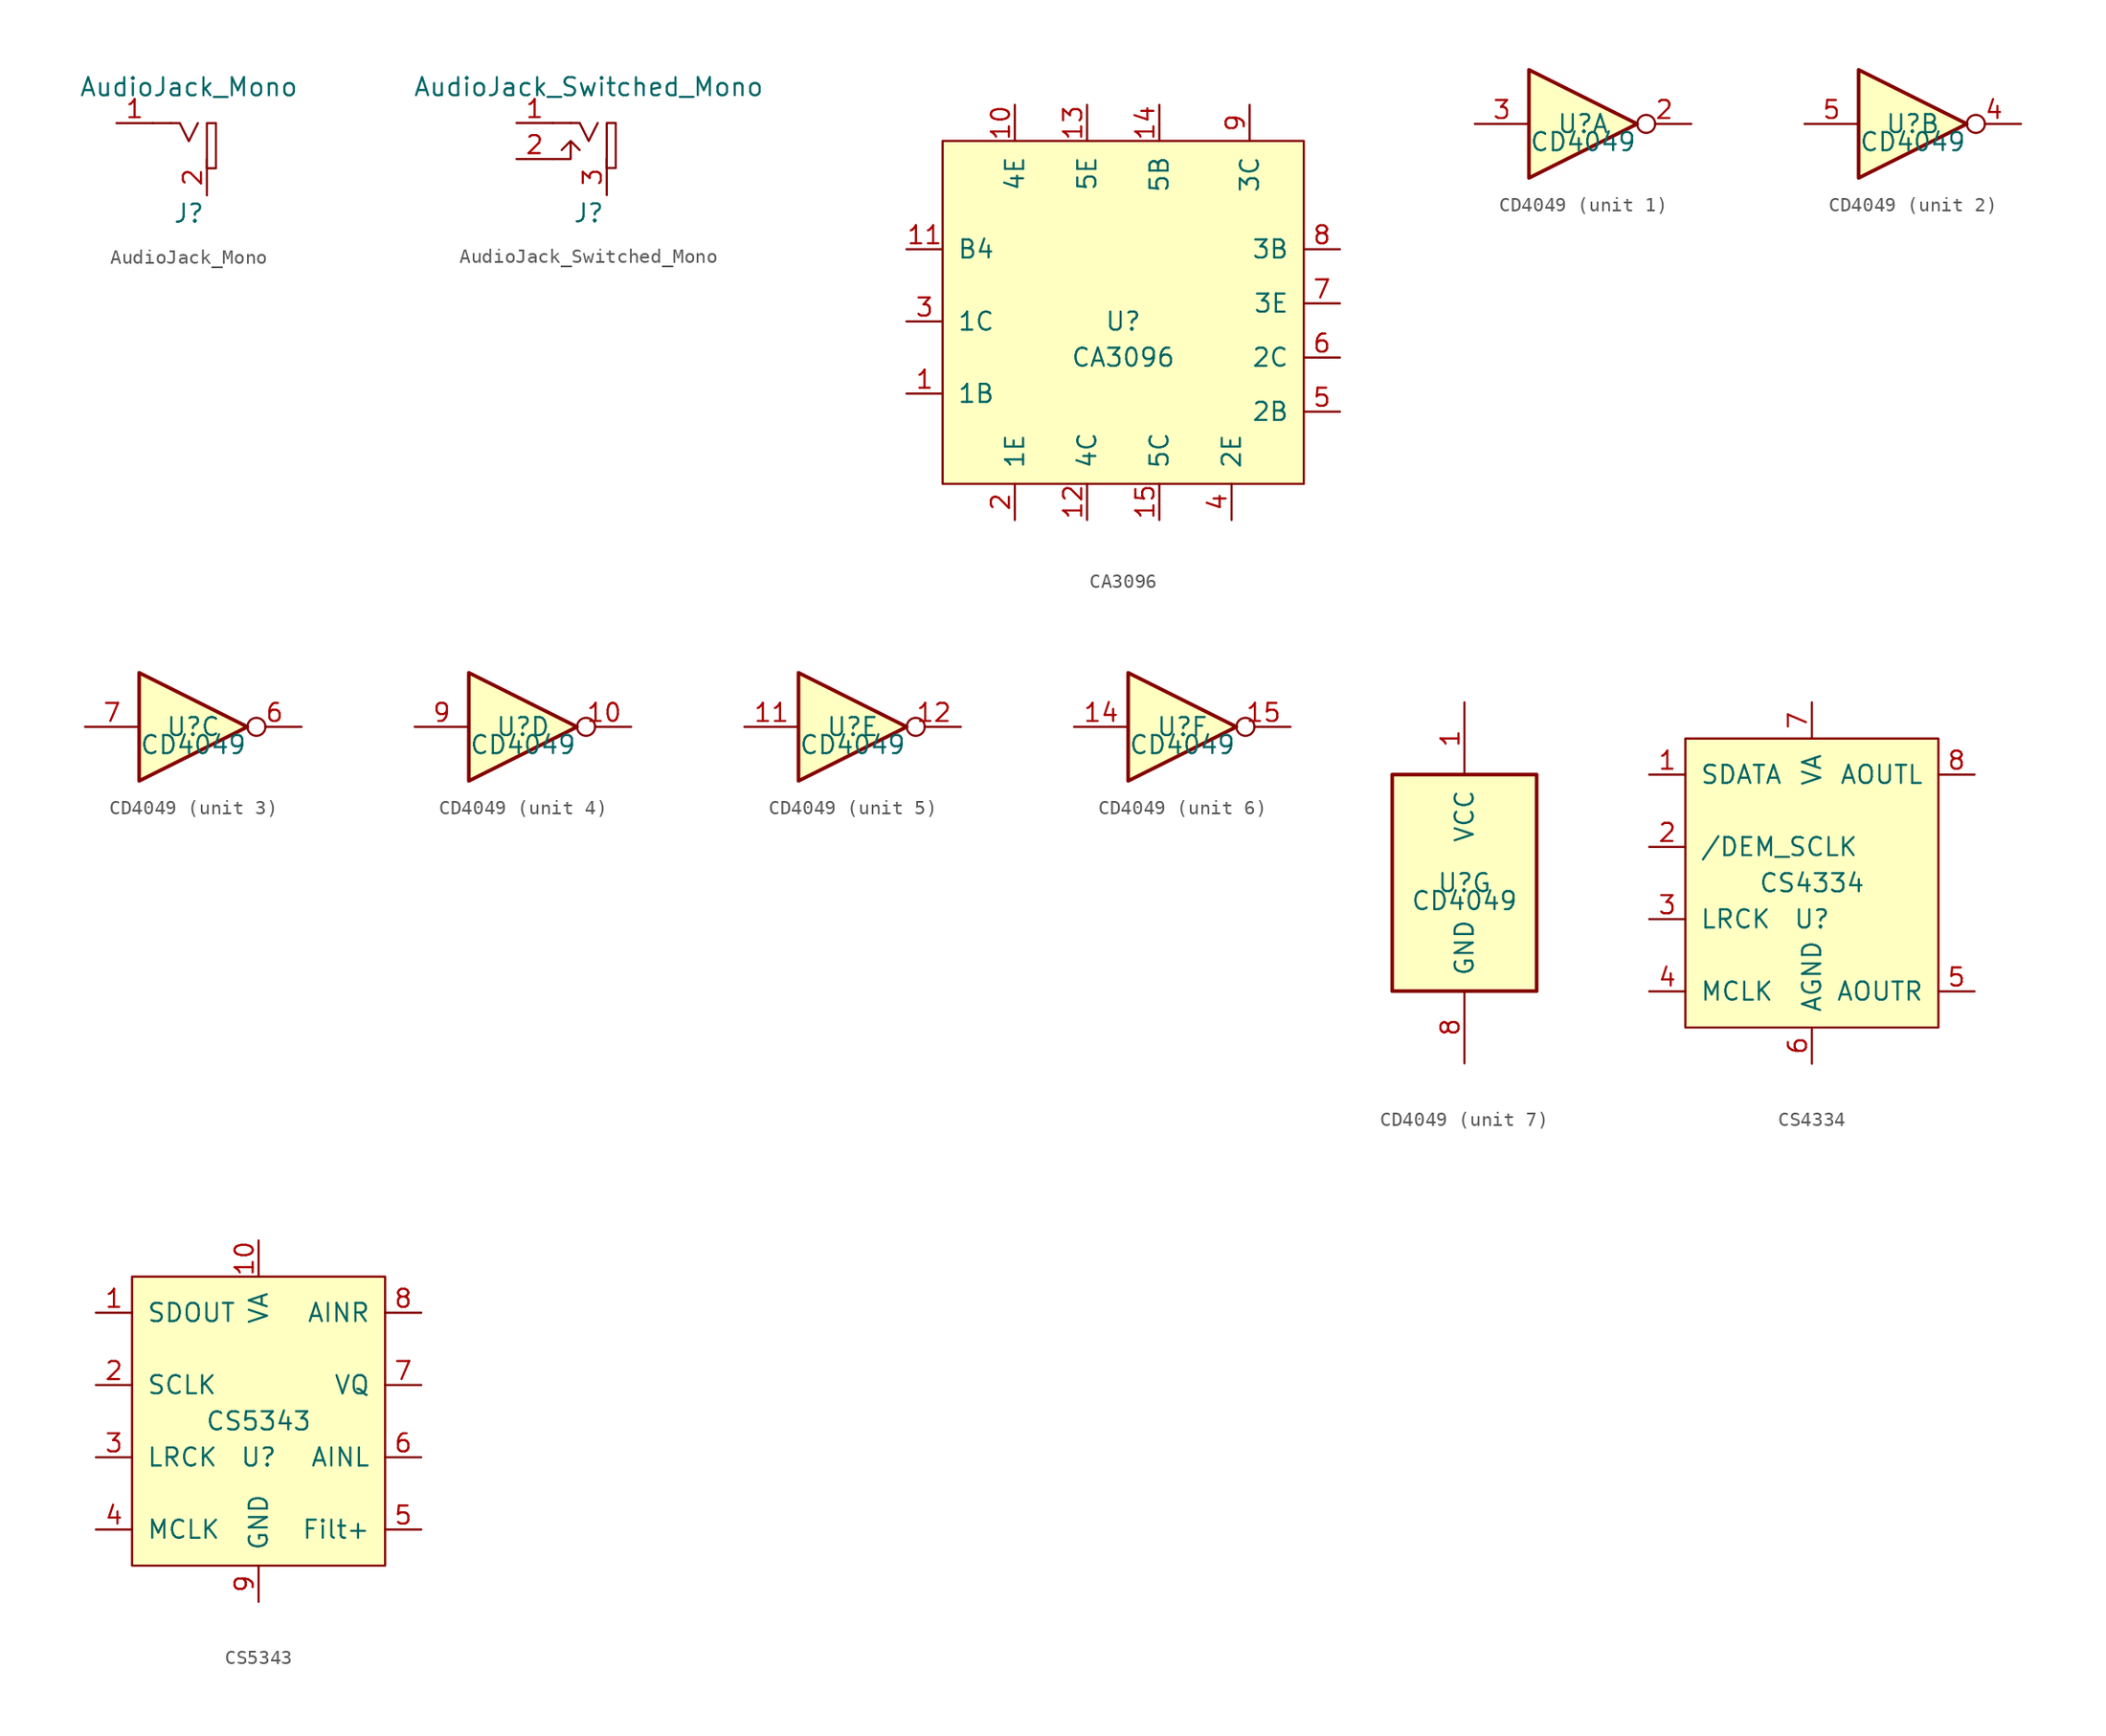
<source format=kicad_sym>
(kicad_symbol_lib
  (version 20220914)
  (generator kicad_symbol_editor)
  (symbol "AudioJack_Mono"
    (pin_names
      (offset 1.016))
    (property "Reference" "J"
      (at 0 0 0)
      (effects (font (size 1.27 1.27))))
    (property "Value" "AudioJack_Mono"
      (at 0 8.89 0)
      (effects (font (size 1.27 1.27))))
    (symbol "AudioJack_Mono_0_1"
      (polyline (pts (xy -1.27 6.35) (xy -2.54 6.35)) (stroke (width 0) (type solid)) (fill (type none)))
      (polyline (pts (xy 0.635 6.35) (xy 0 5.08) (xy -0.635 6.35) (xy -1.27 6.35)) (stroke (width 0) (type solid)) (fill (type none)))
      (rectangle (start 1.27 6.35) (end 1.905 3.175) (stroke (width 0) (type solid)) (fill (type none))))
    (symbol "AudioJack_Mono_1_1"
      (pin input line (at -5.08 6.35 0) (length 2.54) (name "~" (effects (font (size 1.27 1.27)))) (number "1" (effects (font (size 1.27 1.27)))))
      (pin input line (at 1.27 1.27 90) (length 2.54) (name "~" (effects (font (size 1.27 1.27)))) (number "2" (effects (font (size 1.27 1.27)))))))
  (symbol "AudioJack_Switched_Mono"
    (pin_names
      (offset 1.016))
    (property "Reference" "J"
      (at 0 0 0)
      (effects (font (size 1.27 1.27))))
    (property "Value" "AudioJack_Switched_Mono"
      (at 0 8.89 0)
      (effects (font (size 1.27 1.27))))
    (symbol "AudioJack_Switched_Mono_0_1"
      (polyline (pts (xy -1.27 6.35) (xy -2.54 6.35)) (stroke (width 0) (type solid)) (fill (type none)))
      (polyline (pts (xy 0.635 6.35) (xy 0 5.08) (xy -0.635 6.35) (xy -1.27 6.35)) (stroke (width 0) (type solid)) (fill (type none)))
      (polyline (pts (xy -1.27 5.08) (xy -1.905 4.445) (xy -1.27 5.08) (xy -0.635 4.445) (xy -1.27 5.08) (xy -1.27 3.81) (xy -2.54 3.81)) (stroke (width 0) (type solid)) (fill (type none)))
      (rectangle (start 1.27 6.35) (end 1.905 3.175) (stroke (width 0) (type solid)) (fill (type none))))
    (symbol "AudioJack_Switched_Mono_1_1"
      (pin input line (at -5.08 6.35 0) (length 2.54) (name "~" (effects (font (size 1.27 1.27)))) (number "1" (effects (font (size 1.27 1.27)))))
      (pin input line (at -5.08 3.81 0) (length 2.54) (name "~" (effects (font (size 1.27 1.27)))) (number "2" (effects (font (size 1.27 1.27)))))
      (pin input line (at 1.27 1.27 90) (length 2.54) (name "~" (effects (font (size 1.27 1.27)))) (number "3" (effects (font (size 1.27 1.27)))))))
  (symbol "CA3096"
    (pin_names
      (offset 1.016))
    (property "Reference" "U"
      (at 0 0 0)
      (effects (font (size 1.27 1.27))))
    (property "Value" "CA3096"
      (at 0 -2.54 0)
      (effects (font (size 1.27 1.27))))
    (symbol "CA3096_0_1"
      (rectangle (start -12.7 12.7) (end 12.7 -11.43) (stroke (width 0) (type solid)) (fill (type background))))
    (symbol "CA3096_1_1"
      (pin input line (at -15.24 -5.08 0) (length 2.54) (name "1B" (effects (font (size 1.27 1.27)))) (number "1" (effects (font (size 1.27 1.27)))))
      (pin input line (at -7.62 15.24 270) (length 2.54) (name "4E" (effects (font (size 1.27 1.27)))) (number "10" (effects (font (size 1.27 1.27)))))
      (pin input line (at -15.24 5.08 0) (length 2.54) (name "B4" (effects (font (size 1.27 1.27)))) (number "11" (effects (font (size 1.27 1.27)))))
      (pin input line (at -2.54 -13.97 90) (length 2.54) (name "4C" (effects (font (size 1.27 1.27)))) (number "12" (effects (font (size 1.27 1.27)))))
      (pin input line (at -2.54 15.24 270) (length 2.54) (name "5E" (effects (font (size 1.27 1.27)))) (number "13" (effects (font (size 1.27 1.27)))))
      (pin input line (at 2.54 15.24 270) (length 2.54) (name "5B" (effects (font (size 1.27 1.27)))) (number "14" (effects (font (size 1.27 1.27)))))
      (pin input line (at 2.54 -13.97 90) (length 2.54) (name "5C" (effects (font (size 1.27 1.27)))) (number "15" (effects (font (size 1.27 1.27)))))
      (pin input line (at -7.62 -13.97 90) (length 2.54) (name "1E" (effects (font (size 1.27 1.27)))) (number "2" (effects (font (size 1.27 1.27)))))
      (pin input line (at -15.24 0 0) (length 2.54) (name "1C" (effects (font (size 1.27 1.27)))) (number "3" (effects (font (size 1.27 1.27)))))
      (pin input line (at 7.62 -13.97 90) (length 2.54) (name "2E" (effects (font (size 1.27 1.27)))) (number "4" (effects (font (size 1.27 1.27)))))
      (pin input line (at 15.24 -6.35 180) (length 2.54) (name "2B" (effects (font (size 1.27 1.27)))) (number "5" (effects (font (size 1.27 1.27)))))
      (pin input line (at 15.24 -2.54 180) (length 2.54) (name "2C" (effects (font (size 1.27 1.27)))) (number "6" (effects (font (size 1.27 1.27)))))
      (pin input line (at 15.24 1.27 180) (length 2.54) (name "3E" (effects (font (size 1.27 1.27)))) (number "7" (effects (font (size 1.27 1.27)))))
      (pin input line (at 15.24 5.08 180) (length 2.54) (name "3B" (effects (font (size 1.27 1.27)))) (number "8" (effects (font (size 1.27 1.27)))))
      (pin input line (at 8.89 15.24 270) (length 2.54) (name "3C" (effects (font (size 1.27 1.27)))) (number "9" (effects (font (size 1.27 1.27)))))))
  (symbol "CD4049"
    (pin_names
      (offset 1.016))
    (property "Reference" "U"
      (at 0 0 0)
      (effects (font (size 1.27 1.27))))
    (property "Value" "CD4049"
      (at 0 -1.27 0)
      (effects (font (size 1.27 1.27))))
    (symbol "CD4049_1_1"
      (polyline (pts (xy -3.81 3.81) (xy -3.81 -3.81) (xy 3.81 0) (xy -3.81 3.81)) (stroke (width 0.254) (type solid)) (fill (type background)))
      (pin output inverted (at 7.62 0 180) (length 3.81) (name "~" (effects (font (size 1.27 1.27)))) (number "2" (effects (font (size 1.27 1.27)))))
      (pin input line (at -7.62 0 0) (length 3.81) (name "~" (effects (font (size 1.27 1.27)))) (number "3" (effects (font (size 1.27 1.27))))))
    (symbol "CD4049_2_1"
      (polyline (pts (xy -3.81 3.81) (xy -3.81 -3.81) (xy 3.81 0) (xy -3.81 3.81)) (stroke (width 0.254) (type solid)) (fill (type background)))
      (pin output inverted (at 7.62 0 180) (length 3.81) (name "~" (effects (font (size 1.27 1.27)))) (number "4" (effects (font (size 1.27 1.27)))))
      (pin input line (at -7.62 0 0) (length 3.81) (name "~" (effects (font (size 1.27 1.27)))) (number "5" (effects (font (size 1.27 1.27))))))
    (symbol "CD4049_3_1"
      (polyline (pts (xy -3.81 3.81) (xy -3.81 -3.81) (xy 3.81 0) (xy -3.81 3.81)) (stroke (width 0.254) (type solid)) (fill (type background)))
      (pin output inverted (at 7.62 0 180) (length 3.81) (name "~" (effects (font (size 1.27 1.27)))) (number "6" (effects (font (size 1.27 1.27)))))
      (pin input line (at -7.62 0 0) (length 3.81) (name "~" (effects (font (size 1.27 1.27)))) (number "7" (effects (font (size 1.27 1.27))))))
    (symbol "CD4049_4_1"
      (polyline (pts (xy -3.81 3.81) (xy -3.81 -3.81) (xy 3.81 0) (xy -3.81 3.81)) (stroke (width 0.254) (type solid)) (fill (type background)))
      (pin output inverted (at 7.62 0 180) (length 3.81) (name "~" (effects (font (size 1.27 1.27)))) (number "10" (effects (font (size 1.27 1.27)))))
      (pin input line (at -7.62 0 0) (length 3.81) (name "~" (effects (font (size 1.27 1.27)))) (number "9" (effects (font (size 1.27 1.27))))))
    (symbol "CD4049_5_1"
      (polyline (pts (xy -3.81 3.81) (xy -3.81 -3.81) (xy 3.81 0) (xy -3.81 3.81)) (stroke (width 0.254) (type solid)) (fill (type background)))
      (pin input line (at -7.62 0 0) (length 3.81) (name "~" (effects (font (size 1.27 1.27)))) (number "11" (effects (font (size 1.27 1.27)))))
      (pin output inverted (at 7.62 0 180) (length 3.81) (name "~" (effects (font (size 1.27 1.27)))) (number "12" (effects (font (size 1.27 1.27))))))
    (symbol "CD4049_6_1"
      (polyline (pts (xy -3.81 3.81) (xy -3.81 -3.81) (xy 3.81 0) (xy -3.81 3.81)) (stroke (width 0.254) (type solid)) (fill (type background)))
      (pin input line (at -7.62 0 0) (length 3.81) (name "~" (effects (font (size 1.27 1.27)))) (number "14" (effects (font (size 1.27 1.27)))))
      (pin output inverted (at 7.62 0 180) (length 3.81) (name "~" (effects (font (size 1.27 1.27)))) (number "15" (effects (font (size 1.27 1.27))))))
    (symbol "CD4049_7_1"
      (rectangle (start -5.08 7.62) (end 5.08 -7.62) (stroke (width 0.254) (type solid)) (fill (type background)))
      (pin power_in line (at 0 12.7 270) (length 5.08) (name "VCC" (effects (font (size 1.27 1.27)))) (number "1" (effects (font (size 1.27 1.27)))))
      (pin power_in line (at 0 -12.7 90) (length 5.08) (name "GND" (effects (font (size 1.27 1.27)))) (number "8" (effects (font (size 1.27 1.27)))))))
  (symbol "CS4334"
    (pin_names
      (offset 1.016))
    (property "Reference" "U"
      (at 0 -2.54 0)
      (effects (font (size 1.27 1.27))))
    (property "Value" "CS4334"
      (at 0 0 0)
      (effects (font (size 1.27 1.27))))
    (symbol "CS4334_0_1"
      (rectangle (start -8.89 10.16) (end 8.89 -10.16) (stroke (width 0) (type solid)) (fill (type background))))
    (symbol "CS4334_1_1"
      (pin input line (at -11.43 7.62 0) (length 2.54) (name "SDATA" (effects (font (size 1.27 1.27)))) (number "1" (effects (font (size 1.27 1.27)))))
      (pin input line (at -11.43 2.54 0) (length 2.54) (name "/DEM_SCLK" (effects (font (size 1.27 1.27)))) (number "2" (effects (font (size 1.27 1.27)))))
      (pin input line (at -11.43 -2.54 0) (length 2.54) (name "LRCK" (effects (font (size 1.27 1.27)))) (number "3" (effects (font (size 1.27 1.27)))))
      (pin input line (at -11.43 -7.62 0) (length 2.54) (name "MCLK" (effects (font (size 1.27 1.27)))) (number "4" (effects (font (size 1.27 1.27)))))
      (pin output line (at 11.43 -7.62 180) (length 2.54) (name "AOUTR" (effects (font (size 1.27 1.27)))) (number "5" (effects (font (size 1.27 1.27)))))
      (pin power_in line (at 0 -12.7 90) (length 2.54) (name "AGND" (effects (font (size 1.27 1.27)))) (number "6" (effects (font (size 1.27 1.27)))))
      (pin power_in line (at 0 12.7 270) (length 2.54) (name "VA" (effects (font (size 1.27 1.27)))) (number "7" (effects (font (size 1.27 1.27)))))
      (pin output line (at 11.43 7.62 180) (length 2.54) (name "AOUTL" (effects (font (size 1.27 1.27)))) (number "8" (effects (font (size 1.27 1.27)))))))
  (symbol "CS5343"
    (pin_names
      (offset 1.016))
    (property "Reference" "U"
      (at 0 -2.54 0)
      (effects (font (size 1.27 1.27))))
    (property "Value" "CS5343"
      (at 0 0 0)
      (effects (font (size 1.27 1.27))))
    (symbol "CS5343_0_1"
      (rectangle (start -8.89 10.16) (end 8.89 -10.16) (stroke (width 0) (type solid)) (fill (type background))))
    (symbol "CS5343_1_1"
      (pin input line (at -11.43 7.62 0) (length 2.54) (name "SDOUT" (effects (font (size 1.27 1.27)))) (number "1" (effects (font (size 1.27 1.27)))))
      (pin power_in line (at 0 12.7 270) (length 2.54) (name "VA" (effects (font (size 1.27 1.27)))) (number "10" (effects (font (size 1.27 1.27)))))
      (pin bidirectional line (at -11.43 2.54 0) (length 2.54) (name "SCLK" (effects (font (size 1.27 1.27)))) (number "2" (effects (font (size 1.27 1.27)))))
      (pin bidirectional line (at -11.43 -2.54 0) (length 2.54) (name "LRCK" (effects (font (size 1.27 1.27)))) (number "3" (effects (font (size 1.27 1.27)))))
      (pin input line (at -11.43 -7.62 0) (length 2.54) (name "MCLK" (effects (font (size 1.27 1.27)))) (number "4" (effects (font (size 1.27 1.27)))))
      (pin output line (at 11.43 -7.62 180) (length 2.54) (name "Filt+" (effects (font (size 1.27 1.27)))) (number "5" (effects (font (size 1.27 1.27)))))
      (pin input line (at 11.43 -2.54 180) (length 2.54) (name "AINL" (effects (font (size 1.27 1.27)))) (number "6" (effects (font (size 1.27 1.27)))))
      (pin output line (at 11.43 2.54 180) (length 2.54) (name "VQ" (effects (font (size 1.27 1.27)))) (number "7" (effects (font (size 1.27 1.27)))))
      (pin input line (at 11.43 7.62 180) (length 2.54) (name "AINR" (effects (font (size 1.27 1.27)))) (number "8" (effects (font (size 1.27 1.27)))))
      (pin power_in line (at 0 -12.7 90) (length 2.54) (name "GND" (effects (font (size 1.27 1.27)))) (number "9" (effects (font (size 1.27 1.27))))))))
</source>
